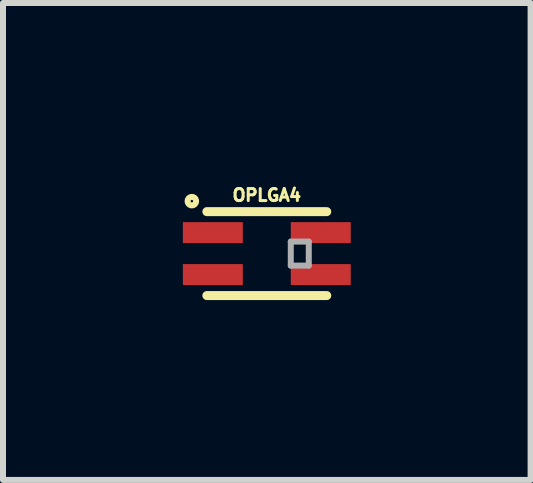
<source format=kicad_pcb>
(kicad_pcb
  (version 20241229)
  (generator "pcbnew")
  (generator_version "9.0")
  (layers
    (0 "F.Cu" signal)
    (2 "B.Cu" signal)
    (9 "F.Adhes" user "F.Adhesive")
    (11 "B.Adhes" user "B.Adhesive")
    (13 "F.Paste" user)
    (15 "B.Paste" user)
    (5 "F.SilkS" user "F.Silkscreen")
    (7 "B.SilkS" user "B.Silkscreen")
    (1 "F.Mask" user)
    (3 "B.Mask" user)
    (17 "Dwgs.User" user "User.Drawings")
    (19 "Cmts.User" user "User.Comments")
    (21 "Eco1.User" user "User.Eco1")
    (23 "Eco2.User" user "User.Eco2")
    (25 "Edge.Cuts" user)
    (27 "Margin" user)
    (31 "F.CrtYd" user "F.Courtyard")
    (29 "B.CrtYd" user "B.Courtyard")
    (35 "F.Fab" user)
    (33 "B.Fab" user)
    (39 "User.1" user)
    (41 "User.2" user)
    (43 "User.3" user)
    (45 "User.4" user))
  (footprint "OPLGA4"
    (layer "F.Cu")
    (at 1.4 1.18)
    (property "Reference" "OPLGA4" (at 0 -0.975 0) (layer "F.SilkS") (effects (font (size 0.2 0.2) (thickness 0.05))))
    (attr smd)
    (fp_line (start -1 -0.7) (end 1 -0.7) (stroke (width 0.15) (type solid)) (layer "F.SilkS"))
    (fp_line (start 1 0.7) (end -1 0.7) (stroke (width 0.15) (type solid)) (layer "F.SilkS"))
    (fp_circle (center -1.25 -0.875) (end -1.2 -0.825) (stroke (width 0.1) (type default)) (fill no) (layer "F.SilkS"))
    (fp_line (start 0.4 -0.2) (end 0.4 0.2) (stroke (width 0.1) (type solid)) (layer "F.Fab"))
    (fp_line (start 0.4 0.2) (end 0.7 0.2) (stroke (width 0.1) (type solid)) (layer "F.Fab"))
    (fp_line (start 0.7 -0.2) (end 0.4 -0.2) (stroke (width 0.1) (type solid)) (layer "F.Fab"))
    (fp_line (start 0.7 0.2) (end 0.7 -0.2) (stroke (width 0.1) (type solid)) (layer "F.Fab"))
    (pad "1" smd rect (at -0.9 -0.35) (size 1 0.35) (layers "F.Cu" "F.Mask" "F.Paste"))
    (pad "2" smd rect (at -0.9 0.35) (size 1 0.35) (layers "F.Cu" "F.Mask" "F.Paste"))
    (pad "3" smd rect (at 0.9 0.35) (size 1 0.35) (layers "F.Cu" "F.Mask" "F.Paste"))
    (pad "4" smd rect (at 0.9 -0.35) (size 1 0.35) (layers "F.Cu" "F.Mask" "F.Paste")))
  (gr_rect
    (start -3 -3)
    (end 5.8 4.955)
    (stroke (width 0.1) (type default))
    (fill no)
    (layer "Edge.Cuts")))
</source>
